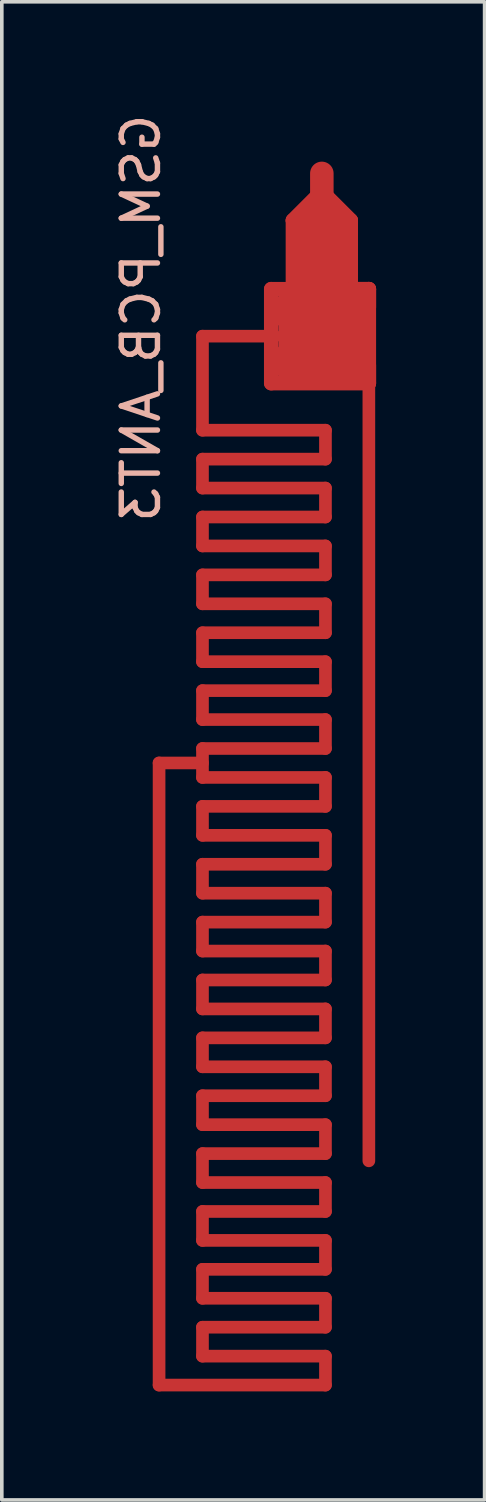
<source format=kicad_pcb>
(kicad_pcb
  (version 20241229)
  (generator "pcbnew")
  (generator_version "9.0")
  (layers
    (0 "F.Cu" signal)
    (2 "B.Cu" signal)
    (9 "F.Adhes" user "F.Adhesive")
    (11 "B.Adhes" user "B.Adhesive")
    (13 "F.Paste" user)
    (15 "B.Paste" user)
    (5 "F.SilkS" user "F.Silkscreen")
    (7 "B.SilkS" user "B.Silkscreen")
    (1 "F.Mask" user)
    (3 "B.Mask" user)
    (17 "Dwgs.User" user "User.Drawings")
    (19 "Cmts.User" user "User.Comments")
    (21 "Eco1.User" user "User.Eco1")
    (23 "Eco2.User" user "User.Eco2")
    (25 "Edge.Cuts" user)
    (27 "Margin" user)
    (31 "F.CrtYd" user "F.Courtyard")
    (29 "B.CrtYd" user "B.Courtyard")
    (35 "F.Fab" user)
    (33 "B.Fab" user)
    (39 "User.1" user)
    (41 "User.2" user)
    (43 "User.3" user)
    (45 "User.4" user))
  (footprint "GSM_PCB_ANT3"
    (layer "F.Cu")
    (at 5.848 1.744)
    (property "Reference" "GSM_PCB_ANT3" (at -5 4 270) (layer "B.SilkS") (effects (font (size 1 1) (thickness 0.15)) (justify mirror)))
    (attr through_hole)
    (fp_line (start -4.5 33.5) (end -4.5 16.3) (stroke (width 0.35) (type solid)) (layer "F.Cu"))
    (fp_line (start -3.3 7.1) (end -3.3 4.5) (stroke (width 0.35) (type solid)) (layer "F.Cu"))
    (fp_line (start -3.3 8.7) (end -3.3 7.9) (stroke (width 0.35) (type solid)) (layer "F.Cu"))
    (fp_line (start -3.3 10.3) (end -3.3 9.5) (stroke (width 0.35) (type solid)) (layer "F.Cu"))
    (fp_line (start -3.3 11.9) (end -3.3 11.1) (stroke (width 0.35) (type solid)) (layer "F.Cu"))
    (fp_line (start -3.3 13.5) (end -3.3 12.7) (stroke (width 0.35) (type solid)) (layer "F.Cu"))
    (fp_line (start -3.3 15.1) (end -3.3 14.3) (stroke (width 0.35) (type solid)) (layer "F.Cu"))
    (fp_line (start -3.3 16.3) (end -4.5 16.3) (stroke (width 0.35) (type solid)) (layer "F.Cu"))
    (fp_line (start -3.3 16.7) (end -3.3 15.9) (stroke (width 0.35) (type solid)) (layer "F.Cu"))
    (fp_line (start -3.3 18.3) (end -3.3 17.5) (stroke (width 0.35) (type solid)) (layer "F.Cu"))
    (fp_line (start -3.3 19.9) (end -3.3 19.1) (stroke (width 0.35) (type solid)) (layer "F.Cu"))
    (fp_line (start -3.3 21.5) (end -3.3 20.7) (stroke (width 0.35) (type solid)) (layer "F.Cu"))
    (fp_line (start -3.3 23.1) (end -3.3 22.3) (stroke (width 0.35) (type solid)) (layer "F.Cu"))
    (fp_line (start -3.3 24.7) (end -3.3 23.9) (stroke (width 0.35) (type solid)) (layer "F.Cu"))
    (fp_line (start -3.3 26.3) (end -3.3 25.5) (stroke (width 0.35) (type solid)) (layer "F.Cu"))
    (fp_line (start -3.3 27.9) (end -3.3 27.1) (stroke (width 0.35) (type solid)) (layer "F.Cu"))
    (fp_line (start -3.3 29.5) (end -3.3 28.7) (stroke (width 0.35) (type solid)) (layer "F.Cu"))
    (fp_line (start -3.3 31.1) (end -3.3 30.3) (stroke (width 0.35) (type solid)) (layer "F.Cu"))
    (fp_line (start -3.3 32.7) (end -3.3 31.9) (stroke (width 0.35) (type solid)) (layer "F.Cu"))
    (fp_line (start -1.4 5.8) (end -1.4 3.2) (stroke (width 0.4) (type solid)) (layer "F.Cu"))
    (fp_line (start -1.3 4.5) (end -3.3 4.5) (stroke (width 0.35) (type solid)) (layer "F.Cu"))
    (fp_line (start -0.8 1.3) (end -0.8 3.2) (stroke (width 0.4) (type solid)) (layer "F.Cu"))
    (fp_line (start -0.8 1.3) (end 0 0.5) (stroke (width 0.4) (type solid)) (layer "F.Cu"))
    (fp_line (start -0.8 1.3) (end 0 0.5) (stroke (width 0.4) (type solid)) (layer "F.Cu"))
    (fp_line (start -0.7 3.6) (end -0.7 5.4) (stroke (width 1) (type solid)) (layer "F.Cu"))
    (fp_line (start -0.5 1.3) (end -0.5 3.2) (stroke (width 0.4) (type solid)) (layer "F.Cu"))
    (fp_line (start 0 0) (end 0 0.6) (stroke (width 0.65) (type solid)) (layer "F.Cu"))
    (fp_line (start 0 1.2) (end 0 5.4) (stroke (width 1) (type solid)) (layer "F.Cu"))
    (fp_line (start 0 1.2) (end 0 5.4) (stroke (width 1) (type solid)) (layer "F.Cu"))
    (fp_line (start 0.1 7.1) (end -3.3 7.1) (stroke (width 0.35) (type solid)) (layer "F.Cu"))
    (fp_line (start 0.1 7.9) (end -3.3 7.9) (stroke (width 0.35) (type solid)) (layer "F.Cu"))
    (fp_line (start 0.1 7.9) (end 0.1 7.1) (stroke (width 0.35) (type solid)) (layer "F.Cu"))
    (fp_line (start 0.1 8.7) (end -3.3 8.7) (stroke (width 0.35) (type solid)) (layer "F.Cu"))
    (fp_line (start 0.1 9.5) (end -3.3 9.5) (stroke (width 0.35) (type solid)) (layer "F.Cu"))
    (fp_line (start 0.1 9.5) (end 0.1 8.7) (stroke (width 0.35) (type solid)) (layer "F.Cu"))
    (fp_line (start 0.1 10.3) (end -3.3 10.3) (stroke (width 0.35) (type solid)) (layer "F.Cu"))
    (fp_line (start 0.1 11.1) (end -3.3 11.1) (stroke (width 0.35) (type solid)) (layer "F.Cu"))
    (fp_line (start 0.1 11.1) (end 0.1 10.3) (stroke (width 0.35) (type solid)) (layer "F.Cu"))
    (fp_line (start 0.1 11.9) (end -3.3 11.9) (stroke (width 0.35) (type solid)) (layer "F.Cu"))
    (fp_line (start 0.1 12.7) (end -3.3 12.7) (stroke (width 0.35) (type solid)) (layer "F.Cu"))
    (fp_line (start 0.1 12.7) (end 0.1 11.9) (stroke (width 0.35) (type solid)) (layer "F.Cu"))
    (fp_line (start 0.1 13.5) (end -3.3 13.5) (stroke (width 0.35) (type solid)) (layer "F.Cu"))
    (fp_line (start 0.1 14.3) (end -3.3 14.3) (stroke (width 0.35) (type solid)) (layer "F.Cu"))
    (fp_line (start 0.1 14.3) (end 0.1 13.5) (stroke (width 0.35) (type solid)) (layer "F.Cu"))
    (fp_line (start 0.1 15.1) (end -3.3 15.1) (stroke (width 0.35) (type solid)) (layer "F.Cu"))
    (fp_line (start 0.1 15.9) (end -3.3 15.9) (stroke (width 0.35) (type solid)) (layer "F.Cu"))
    (fp_line (start 0.1 15.9) (end 0.1 15.1) (stroke (width 0.35) (type solid)) (layer "F.Cu"))
    (fp_line (start 0.1 16.7) (end -3.3 16.7) (stroke (width 0.35) (type solid)) (layer "F.Cu"))
    (fp_line (start 0.1 17.5) (end -3.3 17.5) (stroke (width 0.35) (type solid)) (layer "F.Cu"))
    (fp_line (start 0.1 17.5) (end 0.1 16.7) (stroke (width 0.35) (type solid)) (layer "F.Cu"))
    (fp_line (start 0.1 18.3) (end -3.3 18.3) (stroke (width 0.35) (type solid)) (layer "F.Cu"))
    (fp_line (start 0.1 19.1) (end -3.3 19.1) (stroke (width 0.35) (type solid)) (layer "F.Cu"))
    (fp_line (start 0.1 19.1) (end 0.1 18.3) (stroke (width 0.35) (type solid)) (layer "F.Cu"))
    (fp_line (start 0.1 19.9) (end -3.3 19.9) (stroke (width 0.35) (type solid)) (layer "F.Cu"))
    (fp_line (start 0.1 20.7) (end -3.3 20.7) (stroke (width 0.35) (type solid)) (layer "F.Cu"))
    (fp_line (start 0.1 20.7) (end 0.1 19.9) (stroke (width 0.35) (type solid)) (layer "F.Cu"))
    (fp_line (start 0.1 21.5) (end -3.3 21.5) (stroke (width 0.35) (type solid)) (layer "F.Cu"))
    (fp_line (start 0.1 22.3) (end -3.3 22.3) (stroke (width 0.35) (type solid)) (layer "F.Cu"))
    (fp_line (start 0.1 22.3) (end 0.1 21.5) (stroke (width 0.35) (type solid)) (layer "F.Cu"))
    (fp_line (start 0.1 23.1) (end -3.3 23.1) (stroke (width 0.35) (type solid)) (layer "F.Cu"))
    (fp_line (start 0.1 23.9) (end -3.3 23.9) (stroke (width 0.35) (type solid)) (layer "F.Cu"))
    (fp_line (start 0.1 23.9) (end 0.1 23.1) (stroke (width 0.35) (type solid)) (layer "F.Cu"))
    (fp_line (start 0.1 24.7) (end -3.3 24.7) (stroke (width 0.35) (type solid)) (layer "F.Cu"))
    (fp_line (start 0.1 25.5) (end -3.3 25.5) (stroke (width 0.35) (type solid)) (layer "F.Cu"))
    (fp_line (start 0.1 25.5) (end 0.1 24.7) (stroke (width 0.35) (type solid)) (layer "F.Cu"))
    (fp_line (start 0.1 26.3) (end -3.3 26.3) (stroke (width 0.35) (type solid)) (layer "F.Cu"))
    (fp_line (start 0.1 27.1) (end -3.3 27.1) (stroke (width 0.35) (type solid)) (layer "F.Cu"))
    (fp_line (start 0.1 27.1) (end 0.1 26.3) (stroke (width 0.35) (type solid)) (layer "F.Cu"))
    (fp_line (start 0.1 27.9) (end -3.3 27.9) (stroke (width 0.35) (type solid)) (layer "F.Cu"))
    (fp_line (start 0.1 28.7) (end -3.3 28.7) (stroke (width 0.35) (type solid)) (layer "F.Cu"))
    (fp_line (start 0.1 28.7) (end 0.1 27.9) (stroke (width 0.35) (type solid)) (layer "F.Cu"))
    (fp_line (start 0.1 29.5) (end -3.3 29.5) (stroke (width 0.35) (type solid)) (layer "F.Cu"))
    (fp_line (start 0.1 30.3) (end -3.3 30.3) (stroke (width 0.35) (type solid)) (layer "F.Cu"))
    (fp_line (start 0.1 30.3) (end 0.1 29.5) (stroke (width 0.35) (type solid)) (layer "F.Cu"))
    (fp_line (start 0.1 31.1) (end -3.3 31.1) (stroke (width 0.35) (type solid)) (layer "F.Cu"))
    (fp_line (start 0.1 31.9) (end -3.3 31.9) (stroke (width 0.35) (type solid)) (layer "F.Cu"))
    (fp_line (start 0.1 31.9) (end 0.1 31.1) (stroke (width 0.35) (type solid)) (layer "F.Cu"))
    (fp_line (start 0.1 32.7) (end -3.3 32.7) (stroke (width 0.35) (type solid)) (layer "F.Cu"))
    (fp_line (start 0.1 33.5) (end -4.5 33.5) (stroke (width 0.35) (type solid)) (layer "F.Cu"))
    (fp_line (start 0.1 33.5) (end 0.1 32.7) (stroke (width 0.35) (type solid)) (layer "F.Cu"))
    (fp_line (start 0.5 1.3) (end 0.5 3.2) (stroke (width 0.4) (type solid)) (layer "F.Cu"))
    (fp_line (start 0.7 3.6) (end 0.7 5.4) (stroke (width 1) (type solid)) (layer "F.Cu"))
    (fp_line (start 0.8 1.3) (end 0 0.5) (stroke (width 0.4) (type solid)) (layer "F.Cu"))
    (fp_line (start 0.8 1.3) (end 0 0.5) (stroke (width 0.4) (type solid)) (layer "F.Cu"))
    (fp_line (start 0.8 1.3) (end 0.8 3.2) (stroke (width 0.4) (type solid)) (layer "F.Cu"))
    (fp_line (start 0.9 3.8) (end -0.9 3.8) (stroke (width 1) (type solid)) (layer "F.Cu"))
    (fp_line (start 0.9 5.2) (end -0.9 5.2) (stroke (width 1) (type solid)) (layer "F.Cu"))
    (fp_line (start 1.3 3.2) (end -1.4 3.2) (stroke (width 0.4) (type solid)) (layer "F.Cu"))
    (fp_line (start 1.3 3.2) (end 0.8 3.2) (stroke (width 0.4) (type solid)) (layer "F.Cu"))
    (fp_line (start 1.3 3.7) (end 1.3 3.2) (stroke (width 0.4) (type solid)) (layer "F.Cu"))
    (fp_line (start 1.3 5.8) (end -1.4 5.8) (stroke (width 0.4) (type solid)) (layer "F.Cu"))
    (fp_line (start 1.3 5.8) (end 1.3 3.2) (stroke (width 0.4) (type solid)) (layer "F.Cu"))
    (fp_line (start 1.3 5.8) (end 1.3 5.3) (stroke (width 0.4) (type solid)) (layer "F.Cu"))
    (fp_line (start 1.3 27.3) (end 1.3 5.8) (stroke (width 0.35) (type solid)) (layer "F.Cu"))
    (pad "1" smd rect (at 0 0) (size 0.2 0.2) (layers "F.Cu")))
  (gr_rect
    (start -3 -3)
    (end 10.348 38.419)
    (stroke (width 0.1) (type default))
    (fill no)
    (layer "Edge.Cuts")))
</source>
